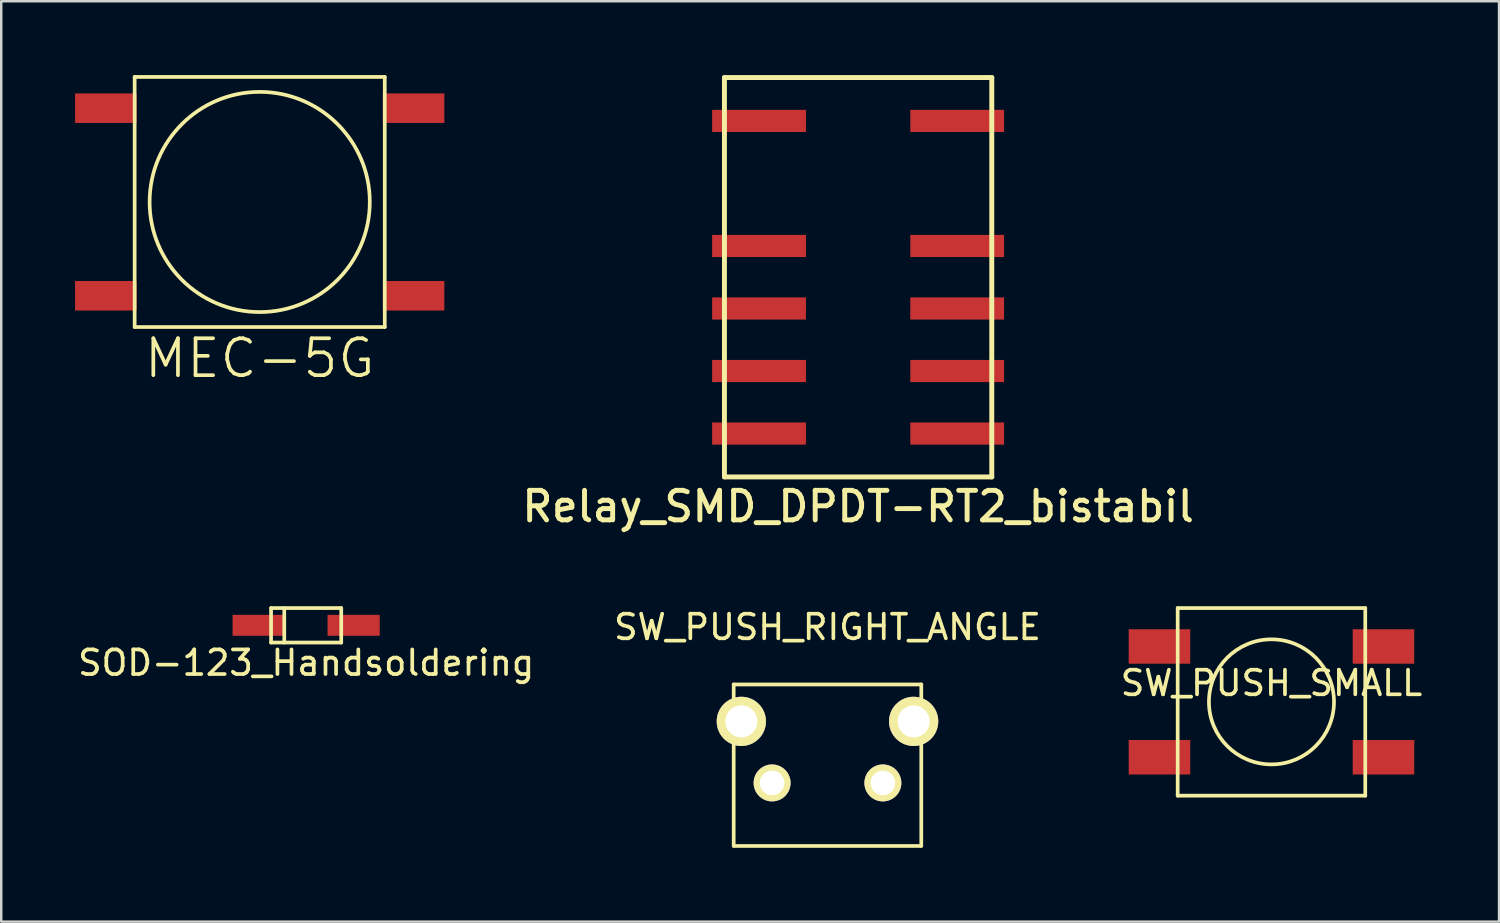
<source format=kicad_pcb>
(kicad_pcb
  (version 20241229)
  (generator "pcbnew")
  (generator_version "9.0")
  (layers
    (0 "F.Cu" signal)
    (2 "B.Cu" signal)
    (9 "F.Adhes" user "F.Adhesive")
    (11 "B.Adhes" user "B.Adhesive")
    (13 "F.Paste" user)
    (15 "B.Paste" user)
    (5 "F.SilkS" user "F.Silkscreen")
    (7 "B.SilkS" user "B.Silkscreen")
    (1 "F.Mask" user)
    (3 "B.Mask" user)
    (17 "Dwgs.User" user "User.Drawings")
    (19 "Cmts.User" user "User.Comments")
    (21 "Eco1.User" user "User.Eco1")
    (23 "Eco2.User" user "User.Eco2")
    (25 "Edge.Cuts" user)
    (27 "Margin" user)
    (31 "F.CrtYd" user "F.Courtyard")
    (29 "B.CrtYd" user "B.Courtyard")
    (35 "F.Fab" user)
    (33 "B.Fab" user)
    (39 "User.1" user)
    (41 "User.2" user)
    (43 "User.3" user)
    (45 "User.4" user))
  (footprint "SW_PUSH_SMALL"
    (layer "F.Cu")
    (at 48.601 25.462)
    (property "Reference" "SW_PUSH_SMALL" (at 0 -0.762 0) (layer "F.SilkS") (effects (font (size 1 1) (thickness 0.15))))
    (attr through_hole)
    (fp_line (start -3.81 -3.81) (end -3.81 3.81) (stroke (width 0.15) (type solid)) (layer "F.SilkS"))
    (fp_line (start -3.81 -3.81) (end 3.81 -3.81) (stroke (width 0.15) (type solid)) (layer "F.SilkS"))
    (fp_line (start 3.81 -3.81) (end 3.81 3.81) (stroke (width 0.15) (type solid)) (layer "F.SilkS"))
    (fp_line (start 3.81 3.81) (end -3.81 3.81) (stroke (width 0.15) (type solid)) (layer "F.SilkS"))
    (fp_circle (center 0 0) (end 0 -2.54) (stroke (width 0.15) (type solid)) (fill no) (layer "F.SilkS"))
    (pad "1" smd rect (at -4.55 -2.25) (size 2.5 1.4) (layers "F.Cu" "F.Mask" "F.Paste"))
    (pad "1" smd rect (at 4.55 -2.25) (size 2.5 1.4) (layers "F.Cu" "F.Mask" "F.Paste"))
    (pad "2" smd rect (at -4.55 2.25) (size 2.5 1.4) (layers "F.Cu" "F.Mask" "F.Paste"))
    (pad "2" smd rect (at 4.55 2.25) (size 2.5 1.4) (layers "F.Cu" "F.Mask" "F.Paste")))
  (footprint "Relay_SMD_DPDT-RT2_bistabil"
    (layer "F.Cu")
    (at 31.809 8.212)
    (property "Reference" "Relay_SMD_DPDT-RT2_bistabil" (at 0 9.312 0) (layer "F.SilkS") (effects (font (size 1.2 1.2) (thickness 0.2))))
    (attr through_hole)
    (fp_line (start -5.43 -8.112) (end -5.43 8.112) (stroke (width 0.2) (type solid)) (layer "F.SilkS"))
    (fp_line (start -5.43 8.112) (end 5.43 8.112) (stroke (width 0.2) (type solid)) (layer "F.SilkS"))
    (fp_line (start 5.43 -8.112) (end -5.43 -8.112) (stroke (width 0.2) (type solid)) (layer "F.SilkS"))
    (fp_line (start 5.43 8.112) (end 5.43 -8.112) (stroke (width 0.2) (type solid)) (layer "F.SilkS"))
    (pad "1" smd rect (at -4.025 -6.35) (size 3.81 0.9) (layers "F.Cu" "F.Mask" "F.Paste"))
    (pad "3" smd rect (at -4.025 -1.27) (size 3.81 0.9) (layers "F.Cu" "F.Mask" "F.Paste"))
    (pad "4" smd rect (at -4.025 1.27) (size 3.81 0.9) (layers "F.Cu" "F.Mask" "F.Paste"))
    (pad "5" smd rect (at -4.025 3.81) (size 3.81 0.9) (layers "F.Cu" "F.Mask" "F.Paste"))
    (pad "6" smd rect (at -4.025 6.35) (size 3.81 0.9) (layers "F.Cu" "F.Mask" "F.Paste"))
    (pad "7" smd rect (at 4.025 6.35) (size 3.81 0.9) (layers "F.Cu" "F.Mask" "F.Paste"))
    (pad "8" smd rect (at 4.025 3.81) (size 3.81 0.9) (layers "F.Cu" "F.Mask" "F.Paste"))
    (pad "9" smd rect (at 4.025 1.27) (size 3.81 0.9) (layers "F.Cu" "F.Mask" "F.Paste"))
    (pad "10" smd rect (at 4.025 -1.27) (size 3.81 0.9) (layers "F.Cu" "F.Mask" "F.Paste"))
    (pad "12" smd rect (at 4.025 -6.35) (size 3.81 0.9) (layers "F.Cu" "F.Mask" "F.Paste")))
  (footprint "MEC-5G"
    (layer "F.Cu")
    (at 7.5 5.155)
    (property "Reference" "MEC-5G" (at 0 6.35 0) (layer "F.SilkS") (effects (font (size 1.5 1.5) (thickness 0.15))))
    (attr through_hole)
    (fp_line (start -5.08 -5.08) (end -5.08 5.08) (stroke (width 0.15) (type solid)) (layer "F.SilkS"))
    (fp_line (start -5.08 5.08) (end 5.08 5.08) (stroke (width 0.15) (type solid)) (layer "F.SilkS"))
    (fp_line (start 5.08 -5.08) (end -5.08 -5.08) (stroke (width 0.15) (type solid)) (layer "F.SilkS"))
    (fp_line (start 5.08 5.08) (end 5.08 -5.08) (stroke (width 0.15) (type solid)) (layer "F.SilkS"))
    (fp_circle (center 0 0) (end 2 -4) (stroke (width 0.15) (type solid)) (fill no) (layer "F.SilkS"))
    (pad "1" smd rect (at 6.25 -3.81) (size 2.5 1.2) (layers "F.Cu" "F.Mask" "F.Paste"))
    (pad "2" smd rect (at -6.25 -3.81) (size 2.5 1.2) (layers "F.Cu" "F.Mask" "F.Paste"))
    (pad "3" smd rect (at 6.25 3.81) (size 2.5 1.2) (layers "F.Cu" "F.Mask" "F.Paste"))
    (pad "4" smd rect (at -6.25 3.81) (size 2.5 1.2) (layers "F.Cu" "F.Mask" "F.Paste")))
  (footprint "SOD-123_Handsoldering"
    (layer "F.Cu")
    (at 9.387 22.352)
    (property "Reference" "SOD-123_Handsoldering" (at 0 1.524 0) (layer "F.SilkS") (effects (font (size 1 1) (thickness 0.15))))
    (attr through_hole)
    (fp_line (start -1.425 -0.7) (end -1.425 0.7) (stroke (width 0.15) (type solid)) (layer "F.SilkS"))
    (fp_line (start -1.425 -0.7) (end 1.425 -0.7) (stroke (width 0.15) (type solid)) (layer "F.SilkS"))
    (fp_line (start -1.425 0.7) (end 1.425 0.7) (stroke (width 0.15) (type solid)) (layer "F.SilkS"))
    (fp_line (start -0.889 -0.7) (end -0.889 0.7) (stroke (width 0.15) (type solid)) (layer "F.SilkS"))
    (fp_line (start 1.425 -0.7) (end 1.425 0.7) (stroke (width 0.15) (type solid)) (layer "F.SilkS"))
    (pad "1" smd rect (at 1.929 0) (size 2.12 0.85) (layers "F.Cu" "F.Mask" "F.Paste"))
    (pad "2" smd rect (at -1.929 0) (size 2.12 0.85) (layers "F.Cu" "F.Mask" "F.Paste")))
  (footprint "SW_PUSH_RIGHT_ANGLE"
    (layer "F.Cu")
    (at 30.565 27.505)
    (property "Reference" "SW_PUSH_RIGHT_ANGLE" (at 0 -5.08 0) (layer "F.SilkS") (effects (font (size 1 1) (thickness 0.15))))
    (attr through_hole)
    (fp_line (start -3.81 -2.75) (end -3.81 3.81) (stroke (width 0.15) (type solid)) (layer "F.SilkS"))
    (fp_line (start -3.81 -2.75) (end 3.81 -2.75) (stroke (width 0.15) (type solid)) (layer "F.SilkS"))
    (fp_line (start 3.8 3.81) (end -3.8 3.81) (stroke (width 0.15) (type solid)) (layer "F.SilkS"))
    (fp_line (start 3.81 -2.75) (end 3.81 3.81) (stroke (width 0.15) (type solid)) (layer "F.SilkS"))
    (pad "1" thru_hole circle (at -2.25 1.25) (size 1.5 1.5) (drill 1) (layers "*.Cu" "*.Mask" "F.SilkS"))
    (pad "2" thru_hole circle (at 2.25 1.25) (size 1.5 1.5) (drill 1) (layers "*.Cu" "*.Mask" "F.SilkS"))
    (pad "3" thru_hole circle (at 3.5 -1.25) (size 2 2) (drill 1.3) (layers "*.Cu" "*.Mask" "F.SilkS"))
    (pad "4" thru_hole circle (at -3.5 -1.25) (size 2 2) (drill 1.3) (layers "*.Cu" "*.Mask" "F.SilkS")))
  (gr_rect
    (start -3 -3)
    (end 57.845 34.39)
    (stroke (width 0.1) (type default))
    (fill no)
    (layer "Edge.Cuts")))
</source>
